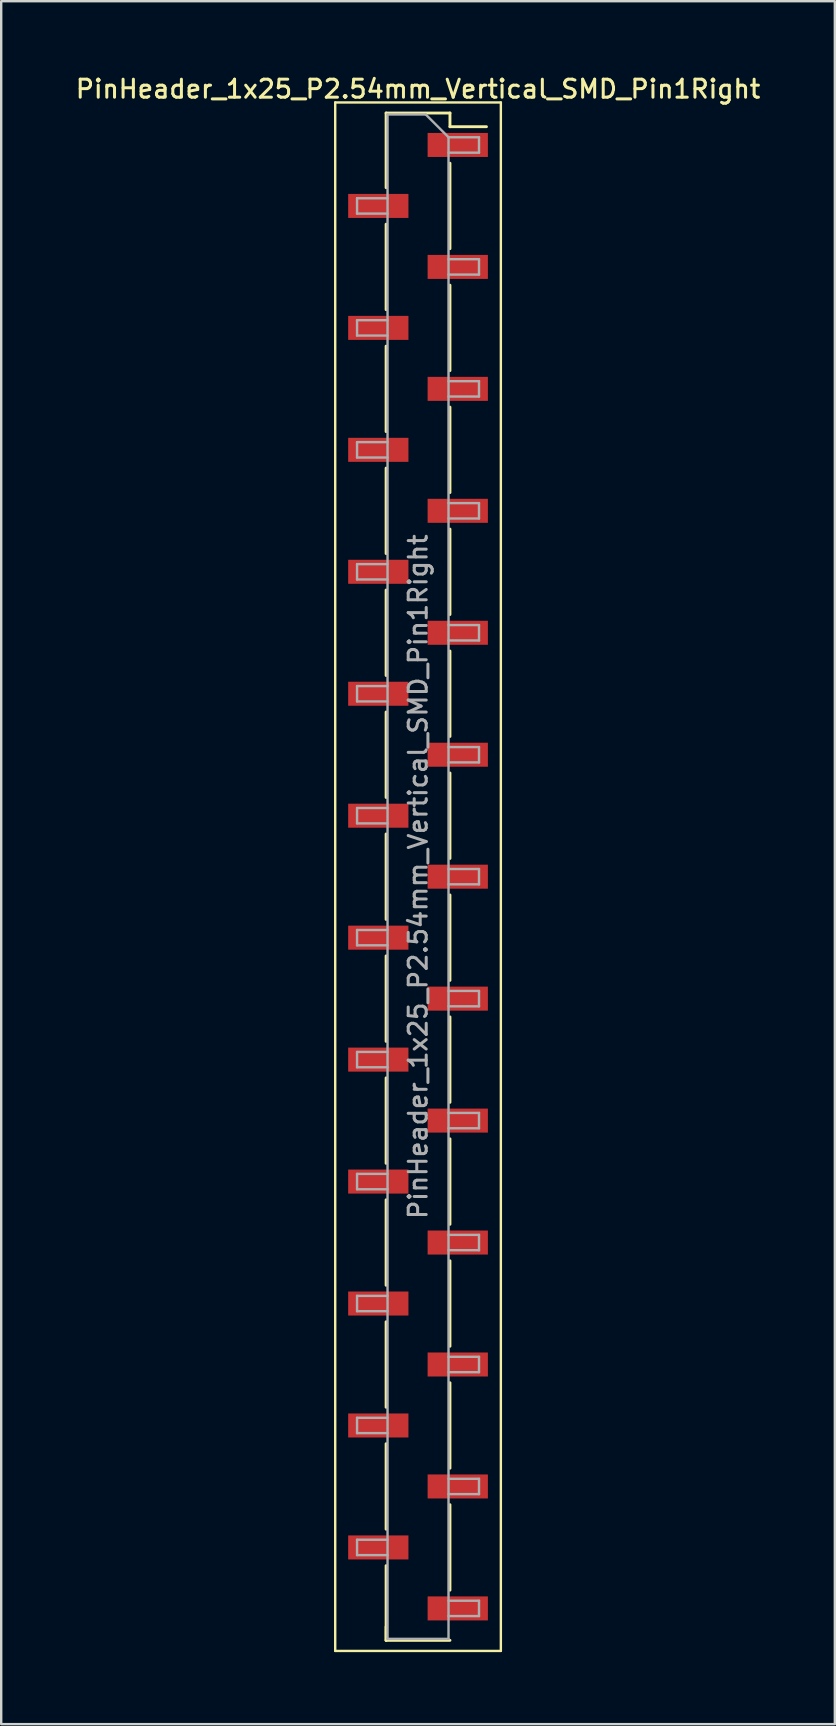
<source format=kicad_pcb>
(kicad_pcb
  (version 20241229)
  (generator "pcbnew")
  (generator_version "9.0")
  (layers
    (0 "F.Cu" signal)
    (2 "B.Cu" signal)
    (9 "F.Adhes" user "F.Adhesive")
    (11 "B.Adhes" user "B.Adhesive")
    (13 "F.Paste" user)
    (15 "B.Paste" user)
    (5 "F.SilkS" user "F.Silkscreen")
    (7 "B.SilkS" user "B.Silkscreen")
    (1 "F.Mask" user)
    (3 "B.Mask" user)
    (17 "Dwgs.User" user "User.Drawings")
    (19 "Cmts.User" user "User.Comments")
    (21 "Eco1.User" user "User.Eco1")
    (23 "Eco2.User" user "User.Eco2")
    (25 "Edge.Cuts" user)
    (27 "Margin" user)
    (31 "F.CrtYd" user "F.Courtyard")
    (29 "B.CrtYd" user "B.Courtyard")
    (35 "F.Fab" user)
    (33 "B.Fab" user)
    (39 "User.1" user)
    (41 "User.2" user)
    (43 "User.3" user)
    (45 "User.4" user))
  (footprint "PinHeader_1x25_P2.54mm_Vertical_SMD_Pin1Right"
    (layer "F.Cu")
    (at 14.363 33.468)
    (property "Reference" "PinHeader_1x25_P2.54mm_Vertical_SMD_Pin1Right" (at 0 -32.81 0) (layer "F.SilkS") (effects (font (size 0.75 0.75) (thickness 0.125))))
    (attr smd)
    (fp_line (start -3.45 -32.25) (end -3.45 32.25) (stroke (width 0.1) (type solid)) (layer "F.SilkS"))
    (fp_line (start -3.45 32.25) (end 3.45 32.25) (stroke (width 0.1) (type solid)) (layer "F.SilkS"))
    (fp_line (start -1.33 -31.81) (end -1.33 -28.7) (stroke (width 0.12) (type solid)) (layer "F.SilkS"))
    (fp_line (start -1.33 -31.81) (end 1.33 -31.81) (stroke (width 0.12) (type solid)) (layer "F.SilkS"))
    (fp_line (start -1.33 -27.18) (end -1.33 -23.62) (stroke (width 0.12) (type solid)) (layer "F.SilkS"))
    (fp_line (start -1.33 -22.1) (end -1.33 -18.54) (stroke (width 0.12) (type solid)) (layer "F.SilkS"))
    (fp_line (start -1.33 -17.02) (end -1.33 -13.46) (stroke (width 0.12) (type solid)) (layer "F.SilkS"))
    (fp_line (start -1.33 -11.94) (end -1.33 -8.38) (stroke (width 0.12) (type solid)) (layer "F.SilkS"))
    (fp_line (start -1.33 -6.86) (end -1.33 -3.3) (stroke (width 0.12) (type solid)) (layer "F.SilkS"))
    (fp_line (start -1.33 -1.78) (end -1.33 1.78) (stroke (width 0.12) (type solid)) (layer "F.SilkS"))
    (fp_line (start -1.33 3.3) (end -1.33 6.86) (stroke (width 0.12) (type solid)) (layer "F.SilkS"))
    (fp_line (start -1.33 8.38) (end -1.33 11.94) (stroke (width 0.12) (type solid)) (layer "F.SilkS"))
    (fp_line (start -1.33 13.46) (end -1.33 17.02) (stroke (width 0.12) (type solid)) (layer "F.SilkS"))
    (fp_line (start -1.33 18.54) (end -1.33 22.1) (stroke (width 0.12) (type solid)) (layer "F.SilkS"))
    (fp_line (start -1.33 23.62) (end -1.33 27.18) (stroke (width 0.12) (type solid)) (layer "F.SilkS"))
    (fp_line (start -1.33 28.7) (end -1.33 31.81) (stroke (width 0.12) (type solid)) (layer "F.SilkS"))
    (fp_line (start -1.33 31.24) (end -1.33 31.81) (stroke (width 0.12) (type solid)) (layer "F.SilkS"))
    (fp_line (start -1.33 31.81) (end 1.33 31.81) (stroke (width 0.12) (type solid)) (layer "F.SilkS"))
    (fp_line (start 1.33 -31.81) (end 1.33 -31.24) (stroke (width 0.12) (type solid)) (layer "F.SilkS"))
    (fp_line (start 1.33 -31.24) (end 2.85 -31.24) (stroke (width 0.12) (type solid)) (layer "F.SilkS"))
    (fp_line (start 1.33 -29.72) (end 1.33 -26.16) (stroke (width 0.12) (type solid)) (layer "F.SilkS"))
    (fp_line (start 1.33 -24.64) (end 1.33 -21.08) (stroke (width 0.12) (type solid)) (layer "F.SilkS"))
    (fp_line (start 1.33 -19.56) (end 1.33 -16) (stroke (width 0.12) (type solid)) (layer "F.SilkS"))
    (fp_line (start 1.33 -14.48) (end 1.33 -10.92) (stroke (width 0.12) (type solid)) (layer "F.SilkS"))
    (fp_line (start 1.33 -9.4) (end 1.33 -5.84) (stroke (width 0.12) (type solid)) (layer "F.SilkS"))
    (fp_line (start 1.33 -4.32) (end 1.33 -0.76) (stroke (width 0.12) (type solid)) (layer "F.SilkS"))
    (fp_line (start 1.33 0.76) (end 1.33 4.32) (stroke (width 0.12) (type solid)) (layer "F.SilkS"))
    (fp_line (start 1.33 5.84) (end 1.33 9.4) (stroke (width 0.12) (type solid)) (layer "F.SilkS"))
    (fp_line (start 1.33 10.92) (end 1.33 14.48) (stroke (width 0.12) (type solid)) (layer "F.SilkS"))
    (fp_line (start 1.33 16) (end 1.33 19.56) (stroke (width 0.12) (type solid)) (layer "F.SilkS"))
    (fp_line (start 1.33 21.08) (end 1.33 24.64) (stroke (width 0.12) (type solid)) (layer "F.SilkS"))
    (fp_line (start 1.33 26.16) (end 1.33 29.72) (stroke (width 0.12) (type solid)) (layer "F.SilkS"))
    (fp_line (start 3.45 -32.25) (end -3.45 -32.25) (stroke (width 0.1) (type solid)) (layer "F.SilkS"))
    (fp_line (start 3.45 32.25) (end 3.45 -32.25) (stroke (width 0.1) (type solid)) (layer "F.SilkS"))
    (fp_line (start -2.54 -28.26) (end -2.54 -27.62) (stroke (width 0.1) (type solid)) (layer "F.Fab"))
    (fp_line (start -2.54 -27.62) (end -1.27 -27.62) (stroke (width 0.1) (type solid)) (layer "F.Fab"))
    (fp_line (start -2.54 -23.18) (end -2.54 -22.54) (stroke (width 0.1) (type solid)) (layer "F.Fab"))
    (fp_line (start -2.54 -22.54) (end -1.27 -22.54) (stroke (width 0.1) (type solid)) (layer "F.Fab"))
    (fp_line (start -2.54 -18.1) (end -2.54 -17.46) (stroke (width 0.1) (type solid)) (layer "F.Fab"))
    (fp_line (start -2.54 -17.46) (end -1.27 -17.46) (stroke (width 0.1) (type solid)) (layer "F.Fab"))
    (fp_line (start -2.54 -13.02) (end -2.54 -12.38) (stroke (width 0.1) (type solid)) (layer "F.Fab"))
    (fp_line (start -2.54 -12.38) (end -1.27 -12.38) (stroke (width 0.1) (type solid)) (layer "F.Fab"))
    (fp_line (start -2.54 -7.94) (end -2.54 -7.3) (stroke (width 0.1) (type solid)) (layer "F.Fab"))
    (fp_line (start -2.54 -7.3) (end -1.27 -7.3) (stroke (width 0.1) (type solid)) (layer "F.Fab"))
    (fp_line (start -2.54 -2.86) (end -2.54 -2.22) (stroke (width 0.1) (type solid)) (layer "F.Fab"))
    (fp_line (start -2.54 -2.22) (end -1.27 -2.22) (stroke (width 0.1) (type solid)) (layer "F.Fab"))
    (fp_line (start -2.54 2.22) (end -2.54 2.86) (stroke (width 0.1) (type solid)) (layer "F.Fab"))
    (fp_line (start -2.54 2.86) (end -1.27 2.86) (stroke (width 0.1) (type solid)) (layer "F.Fab"))
    (fp_line (start -2.54 7.3) (end -2.54 7.94) (stroke (width 0.1) (type solid)) (layer "F.Fab"))
    (fp_line (start -2.54 7.94) (end -1.27 7.94) (stroke (width 0.1) (type solid)) (layer "F.Fab"))
    (fp_line (start -2.54 12.38) (end -2.54 13.02) (stroke (width 0.1) (type solid)) (layer "F.Fab"))
    (fp_line (start -2.54 13.02) (end -1.27 13.02) (stroke (width 0.1) (type solid)) (layer "F.Fab"))
    (fp_line (start -2.54 17.46) (end -2.54 18.1) (stroke (width 0.1) (type solid)) (layer "F.Fab"))
    (fp_line (start -2.54 18.1) (end -1.27 18.1) (stroke (width 0.1) (type solid)) (layer "F.Fab"))
    (fp_line (start -2.54 22.54) (end -2.54 23.18) (stroke (width 0.1) (type solid)) (layer "F.Fab"))
    (fp_line (start -2.54 23.18) (end -1.27 23.18) (stroke (width 0.1) (type solid)) (layer "F.Fab"))
    (fp_line (start -2.54 27.62) (end -2.54 28.26) (stroke (width 0.1) (type solid)) (layer "F.Fab"))
    (fp_line (start -2.54 28.26) (end -1.27 28.26) (stroke (width 0.1) (type solid)) (layer "F.Fab"))
    (fp_line (start -1.27 -31.75) (end -1.27 31.75) (stroke (width 0.1) (type solid)) (layer "F.Fab"))
    (fp_line (start -1.27 -31.75) (end 0.32 -31.75) (stroke (width 0.1) (type solid)) (layer "F.Fab"))
    (fp_line (start -1.27 -28.26) (end -2.54 -28.26) (stroke (width 0.1) (type solid)) (layer "F.Fab"))
    (fp_line (start -1.27 -23.18) (end -2.54 -23.18) (stroke (width 0.1) (type solid)) (layer "F.Fab"))
    (fp_line (start -1.27 -18.1) (end -2.54 -18.1) (stroke (width 0.1) (type solid)) (layer "F.Fab"))
    (fp_line (start -1.27 -13.02) (end -2.54 -13.02) (stroke (width 0.1) (type solid)) (layer "F.Fab"))
    (fp_line (start -1.27 -7.94) (end -2.54 -7.94) (stroke (width 0.1) (type solid)) (layer "F.Fab"))
    (fp_line (start -1.27 -2.86) (end -2.54 -2.86) (stroke (width 0.1) (type solid)) (layer "F.Fab"))
    (fp_line (start -1.27 2.22) (end -2.54 2.22) (stroke (width 0.1) (type solid)) (layer "F.Fab"))
    (fp_line (start -1.27 7.3) (end -2.54 7.3) (stroke (width 0.1) (type solid)) (layer "F.Fab"))
    (fp_line (start -1.27 12.38) (end -2.54 12.38) (stroke (width 0.1) (type solid)) (layer "F.Fab"))
    (fp_line (start -1.27 17.46) (end -2.54 17.46) (stroke (width 0.1) (type solid)) (layer "F.Fab"))
    (fp_line (start -1.27 22.54) (end -2.54 22.54) (stroke (width 0.1) (type solid)) (layer "F.Fab"))
    (fp_line (start -1.27 27.62) (end -2.54 27.62) (stroke (width 0.1) (type solid)) (layer "F.Fab"))
    (fp_line (start 1.27 -30.8) (end 0.32 -31.75) (stroke (width 0.1) (type solid)) (layer "F.Fab"))
    (fp_line (start 1.27 -30.8) (end 2.54 -30.8) (stroke (width 0.1) (type solid)) (layer "F.Fab"))
    (fp_line (start 1.27 -25.72) (end 2.54 -25.72) (stroke (width 0.1) (type solid)) (layer "F.Fab"))
    (fp_line (start 1.27 -20.64) (end 2.54 -20.64) (stroke (width 0.1) (type solid)) (layer "F.Fab"))
    (fp_line (start 1.27 -15.56) (end 2.54 -15.56) (stroke (width 0.1) (type solid)) (layer "F.Fab"))
    (fp_line (start 1.27 -10.48) (end 2.54 -10.48) (stroke (width 0.1) (type solid)) (layer "F.Fab"))
    (fp_line (start 1.27 -5.4) (end 2.54 -5.4) (stroke (width 0.1) (type solid)) (layer "F.Fab"))
    (fp_line (start 1.27 -0.32) (end 2.54 -0.32) (stroke (width 0.1) (type solid)) (layer "F.Fab"))
    (fp_line (start 1.27 4.76) (end 2.54 4.76) (stroke (width 0.1) (type solid)) (layer "F.Fab"))
    (fp_line (start 1.27 9.84) (end 2.54 9.84) (stroke (width 0.1) (type solid)) (layer "F.Fab"))
    (fp_line (start 1.27 14.92) (end 2.54 14.92) (stroke (width 0.1) (type solid)) (layer "F.Fab"))
    (fp_line (start 1.27 20) (end 2.54 20) (stroke (width 0.1) (type solid)) (layer "F.Fab"))
    (fp_line (start 1.27 25.08) (end 2.54 25.08) (stroke (width 0.1) (type solid)) (layer "F.Fab"))
    (fp_line (start 1.27 30.16) (end 2.54 30.16) (stroke (width 0.1) (type solid)) (layer "F.Fab"))
    (fp_line (start 1.27 31.75) (end -1.27 31.75) (stroke (width 0.1) (type solid)) (layer "F.Fab"))
    (fp_line (start 1.27 31.75) (end 1.27 -30.8) (stroke (width 0.1) (type solid)) (layer "F.Fab"))
    (fp_line (start 2.54 -30.8) (end 2.54 -30.16) (stroke (width 0.1) (type solid)) (layer "F.Fab"))
    (fp_line (start 2.54 -30.16) (end 1.27 -30.16) (stroke (width 0.1) (type solid)) (layer "F.Fab"))
    (fp_line (start 2.54 -25.72) (end 2.54 -25.08) (stroke (width 0.1) (type solid)) (layer "F.Fab"))
    (fp_line (start 2.54 -25.08) (end 1.27 -25.08) (stroke (width 0.1) (type solid)) (layer "F.Fab"))
    (fp_line (start 2.54 -20.64) (end 2.54 -20) (stroke (width 0.1) (type solid)) (layer "F.Fab"))
    (fp_line (start 2.54 -20) (end 1.27 -20) (stroke (width 0.1) (type solid)) (layer "F.Fab"))
    (fp_line (start 2.54 -15.56) (end 2.54 -14.92) (stroke (width 0.1) (type solid)) (layer "F.Fab"))
    (fp_line (start 2.54 -14.92) (end 1.27 -14.92) (stroke (width 0.1) (type solid)) (layer "F.Fab"))
    (fp_line (start 2.54 -10.48) (end 2.54 -9.84) (stroke (width 0.1) (type solid)) (layer "F.Fab"))
    (fp_line (start 2.54 -9.84) (end 1.27 -9.84) (stroke (width 0.1) (type solid)) (layer "F.Fab"))
    (fp_line (start 2.54 -5.4) (end 2.54 -4.76) (stroke (width 0.1) (type solid)) (layer "F.Fab"))
    (fp_line (start 2.54 -4.76) (end 1.27 -4.76) (stroke (width 0.1) (type solid)) (layer "F.Fab"))
    (fp_line (start 2.54 -0.32) (end 2.54 0.32) (stroke (width 0.1) (type solid)) (layer "F.Fab"))
    (fp_line (start 2.54 0.32) (end 1.27 0.32) (stroke (width 0.1) (type solid)) (layer "F.Fab"))
    (fp_line (start 2.54 4.76) (end 2.54 5.4) (stroke (width 0.1) (type solid)) (layer "F.Fab"))
    (fp_line (start 2.54 5.4) (end 1.27 5.4) (stroke (width 0.1) (type solid)) (layer "F.Fab"))
    (fp_line (start 2.54 9.84) (end 2.54 10.48) (stroke (width 0.1) (type solid)) (layer "F.Fab"))
    (fp_line (start 2.54 10.48) (end 1.27 10.48) (stroke (width 0.1) (type solid)) (layer "F.Fab"))
    (fp_line (start 2.54 14.92) (end 2.54 15.56) (stroke (width 0.1) (type solid)) (layer "F.Fab"))
    (fp_line (start 2.54 15.56) (end 1.27 15.56) (stroke (width 0.1) (type solid)) (layer "F.Fab"))
    (fp_line (start 2.54 20) (end 2.54 20.64) (stroke (width 0.1) (type solid)) (layer "F.Fab"))
    (fp_line (start 2.54 20.64) (end 1.27 20.64) (stroke (width 0.1) (type solid)) (layer "F.Fab"))
    (fp_line (start 2.54 25.08) (end 2.54 25.72) (stroke (width 0.1) (type solid)) (layer "F.Fab"))
    (fp_line (start 2.54 25.72) (end 1.27 25.72) (stroke (width 0.1) (type solid)) (layer "F.Fab"))
    (fp_line (start 2.54 30.16) (end 2.54 30.8) (stroke (width 0.1) (type solid)) (layer "F.Fab"))
    (fp_line (start 2.54 30.8) (end 1.27 30.8) (stroke (width 0.1) (type solid)) (layer "F.Fab"))
    (fp_text user "${REFERENCE}" (at 0 0 90) (layer "F.Fab") (effects (font (size 0.75 0.75) (thickness 0.125))))
    (pad "1" smd rect (at 1.655 -30.48) (size 2.51 1) (layers "F.Cu" "F.Mask" "F.Paste"))
    (pad "2" smd rect (at -1.655 -27.94) (size 2.51 1) (layers "F.Cu" "F.Mask" "F.Paste"))
    (pad "3" smd rect (at 1.655 -25.4) (size 2.51 1) (layers "F.Cu" "F.Mask" "F.Paste"))
    (pad "4" smd rect (at -1.655 -22.86) (size 2.51 1) (layers "F.Cu" "F.Mask" "F.Paste"))
    (pad "5" smd rect (at 1.655 -20.32) (size 2.51 1) (layers "F.Cu" "F.Mask" "F.Paste"))
    (pad "6" smd rect (at -1.655 -17.78) (size 2.51 1) (layers "F.Cu" "F.Mask" "F.Paste"))
    (pad "7" smd rect (at 1.655 -15.24) (size 2.51 1) (layers "F.Cu" "F.Mask" "F.Paste"))
    (pad "8" smd rect (at -1.655 -12.7) (size 2.51 1) (layers "F.Cu" "F.Mask" "F.Paste"))
    (pad "9" smd rect (at 1.655 -10.16) (size 2.51 1) (layers "F.Cu" "F.Mask" "F.Paste"))
    (pad "10" smd rect (at -1.655 -7.62) (size 2.51 1) (layers "F.Cu" "F.Mask" "F.Paste"))
    (pad "11" smd rect (at 1.655 -5.08) (size 2.51 1) (layers "F.Cu" "F.Mask" "F.Paste"))
    (pad "12" smd rect (at -1.655 -2.54) (size 2.51 1) (layers "F.Cu" "F.Mask" "F.Paste"))
    (pad "13" smd rect (at 1.655 0) (size 2.51 1) (layers "F.Cu" "F.Mask" "F.Paste"))
    (pad "14" smd rect (at -1.655 2.54) (size 2.51 1) (layers "F.Cu" "F.Mask" "F.Paste"))
    (pad "15" smd rect (at 1.655 5.08) (size 2.51 1) (layers "F.Cu" "F.Mask" "F.Paste"))
    (pad "16" smd rect (at -1.655 7.62) (size 2.51 1) (layers "F.Cu" "F.Mask" "F.Paste"))
    (pad "17" smd rect (at 1.655 10.16) (size 2.51 1) (layers "F.Cu" "F.Mask" "F.Paste"))
    (pad "18" smd rect (at -1.655 12.7) (size 2.51 1) (layers "F.Cu" "F.Mask" "F.Paste"))
    (pad "19" smd rect (at 1.655 15.24) (size 2.51 1) (layers "F.Cu" "F.Mask" "F.Paste"))
    (pad "20" smd rect (at -1.655 17.78) (size 2.51 1) (layers "F.Cu" "F.Mask" "F.Paste"))
    (pad "21" smd rect (at 1.655 20.32) (size 2.51 1) (layers "F.Cu" "F.Mask" "F.Paste"))
    (pad "22" smd rect (at -1.655 22.86) (size 2.51 1) (layers "F.Cu" "F.Mask" "F.Paste"))
    (pad "23" smd rect (at 1.655 25.4) (size 2.51 1) (layers "F.Cu" "F.Mask" "F.Paste"))
    (pad "24" smd rect (at -1.655 27.94) (size 2.51 1) (layers "F.Cu" "F.Mask" "F.Paste"))
    (pad "25" smd rect (at 1.655 30.48) (size 2.51 1) (layers "F.Cu" "F.Mask" "F.Paste")))
  (gr_rect
    (start -3 -3)
    (end 31.725 68.768)
    (stroke (width 0.1) (type default))
    (fill no)
    (layer "Edge.Cuts")))
</source>
